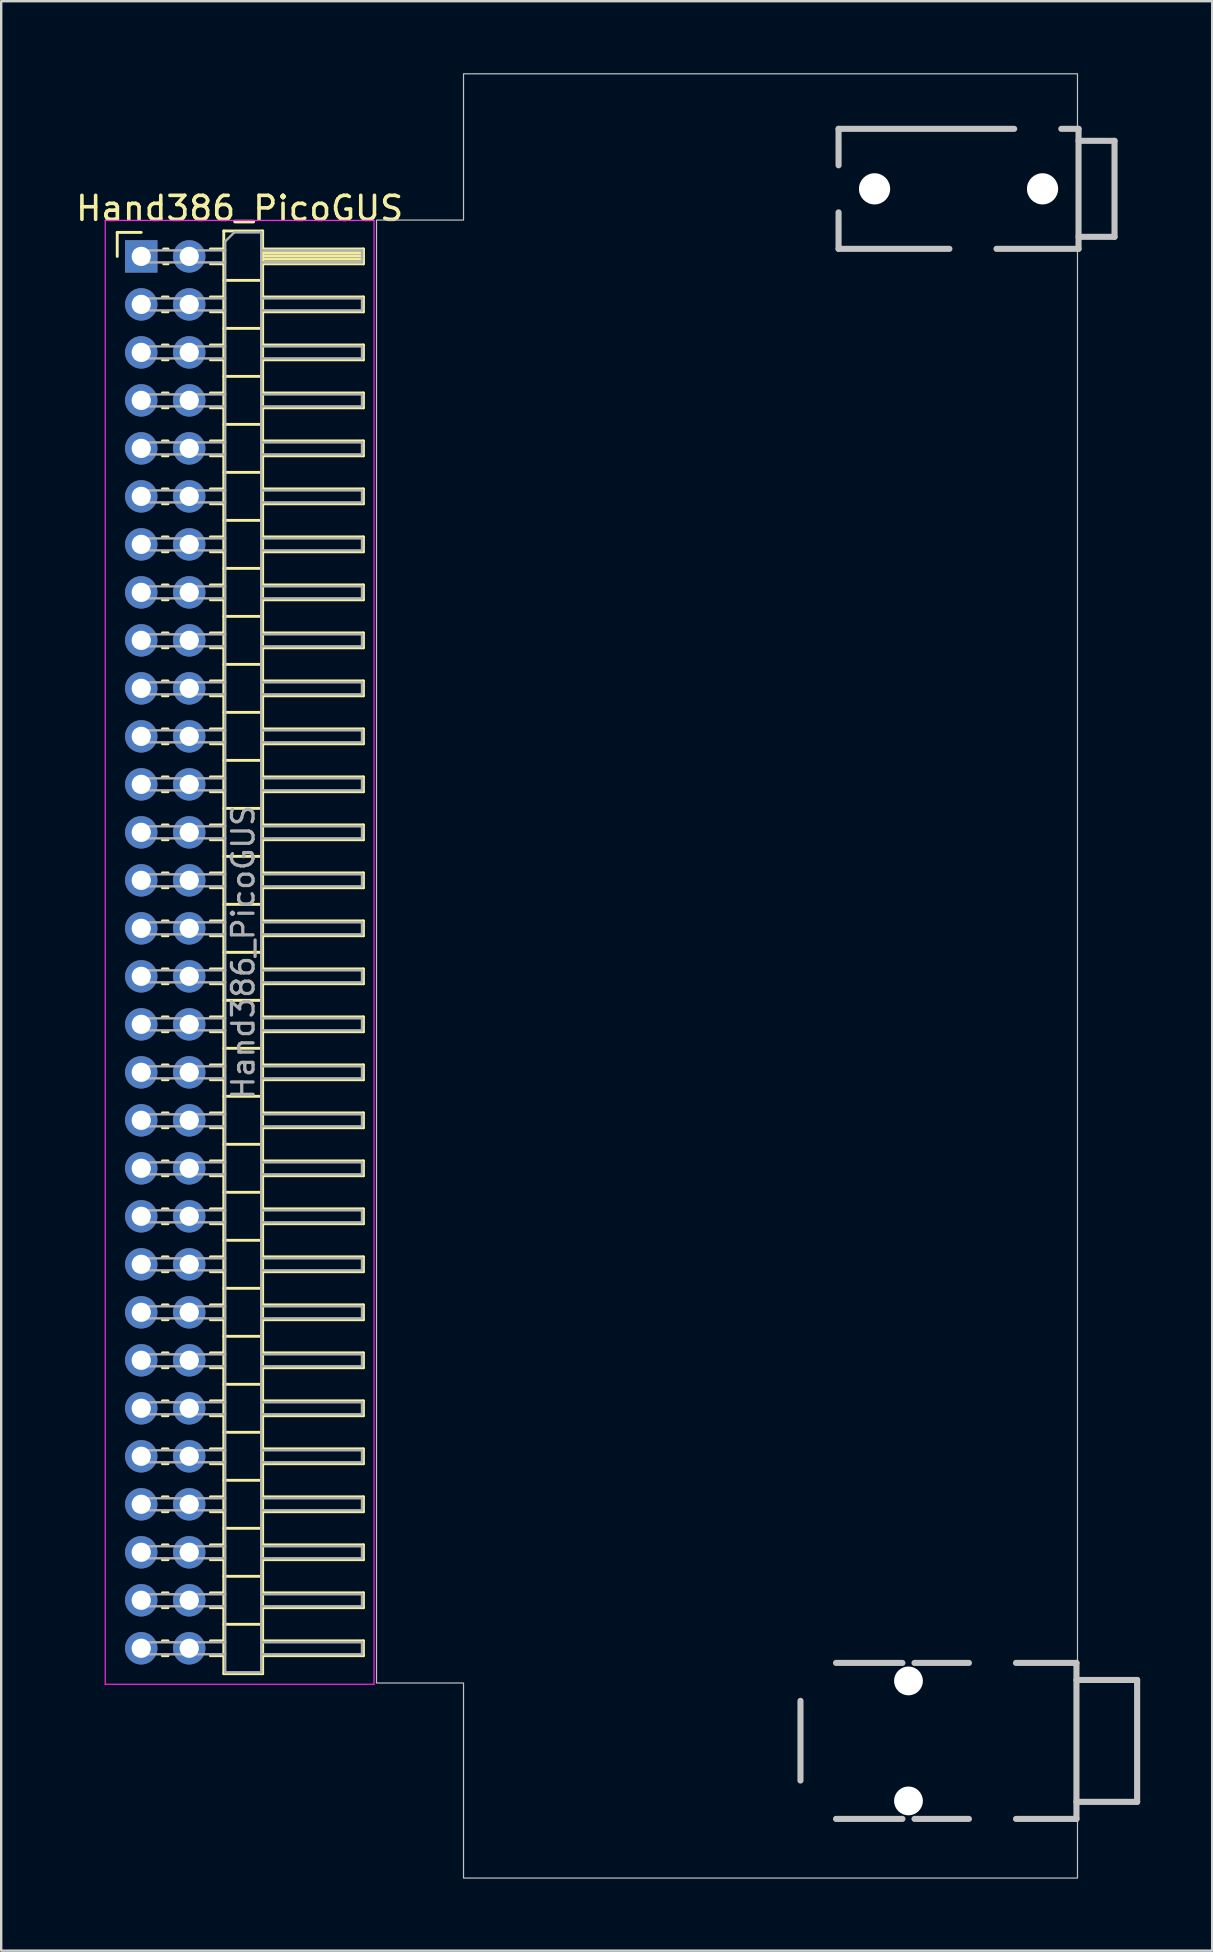
<source format=kicad_pcb>
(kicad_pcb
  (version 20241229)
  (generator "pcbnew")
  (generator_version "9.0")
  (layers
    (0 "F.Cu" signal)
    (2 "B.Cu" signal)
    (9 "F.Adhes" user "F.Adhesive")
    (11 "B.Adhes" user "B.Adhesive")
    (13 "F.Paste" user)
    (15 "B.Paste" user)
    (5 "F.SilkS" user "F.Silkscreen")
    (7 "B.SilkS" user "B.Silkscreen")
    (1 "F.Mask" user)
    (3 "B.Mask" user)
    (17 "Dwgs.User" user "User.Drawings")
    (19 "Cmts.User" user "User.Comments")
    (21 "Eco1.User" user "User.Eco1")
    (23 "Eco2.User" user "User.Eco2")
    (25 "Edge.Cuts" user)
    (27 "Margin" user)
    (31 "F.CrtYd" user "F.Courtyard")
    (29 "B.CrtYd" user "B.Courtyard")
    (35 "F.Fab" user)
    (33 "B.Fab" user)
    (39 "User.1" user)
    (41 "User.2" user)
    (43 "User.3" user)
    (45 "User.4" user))
  (footprint "Hand386_PicoGUS"
    (layer "F.Cu")
    (at 2.835 7.634)
    (property "Reference" "Hand386_PicoGUS" (at 4.1 -2 0) (layer "F.SilkS") (effects (font (size 1 1) (thickness 0.15))))
    (attr through_hole)
    (fp_line (start -1 -1) (end 0 -1) (stroke (width 0.12) (type solid)) (layer "F.SilkS"))
    (fp_line (start -1 0) (end -1 -1) (stroke (width 0.12) (type solid)) (layer "F.SilkS"))
    (fp_line (start 0.882 1.69) (end 1.118 1.69) (stroke (width 0.12) (type solid)) (layer "F.SilkS"))
    (fp_line (start 0.882 2.31) (end 1.118 2.31) (stroke (width 0.12) (type solid)) (layer "F.SilkS"))
    (fp_line (start 0.882 3.69) (end 1.118 3.69) (stroke (width 0.12) (type solid)) (layer "F.SilkS"))
    (fp_line (start 0.882 4.31) (end 1.118 4.31) (stroke (width 0.12) (type solid)) (layer "F.SilkS"))
    (fp_line (start 0.882 5.69) (end 1.118 5.69) (stroke (width 0.12) (type solid)) (layer "F.SilkS"))
    (fp_line (start 0.882 6.31) (end 1.118 6.31) (stroke (width 0.12) (type solid)) (layer "F.SilkS"))
    (fp_line (start 0.882 7.69) (end 1.118 7.69) (stroke (width 0.12) (type solid)) (layer "F.SilkS"))
    (fp_line (start 0.882 8.31) (end 1.118 8.31) (stroke (width 0.12) (type solid)) (layer "F.SilkS"))
    (fp_line (start 0.882 9.69) (end 1.118 9.69) (stroke (width 0.12) (type solid)) (layer "F.SilkS"))
    (fp_line (start 0.882 10.31) (end 1.118 10.31) (stroke (width 0.12) (type solid)) (layer "F.SilkS"))
    (fp_line (start 0.882 11.69) (end 1.118 11.69) (stroke (width 0.12) (type solid)) (layer "F.SilkS"))
    (fp_line (start 0.882 12.31) (end 1.118 12.31) (stroke (width 0.12) (type solid)) (layer "F.SilkS"))
    (fp_line (start 0.882 13.69) (end 1.118 13.69) (stroke (width 0.12) (type solid)) (layer "F.SilkS"))
    (fp_line (start 0.882 14.31) (end 1.118 14.31) (stroke (width 0.12) (type solid)) (layer "F.SilkS"))
    (fp_line (start 0.882 15.69) (end 1.118 15.69) (stroke (width 0.12) (type solid)) (layer "F.SilkS"))
    (fp_line (start 0.882 16.31) (end 1.118 16.31) (stroke (width 0.12) (type solid)) (layer "F.SilkS"))
    (fp_line (start 0.882 17.69) (end 1.118 17.69) (stroke (width 0.12) (type solid)) (layer "F.SilkS"))
    (fp_line (start 0.882 18.31) (end 1.118 18.31) (stroke (width 0.12) (type solid)) (layer "F.SilkS"))
    (fp_line (start 0.882 19.69) (end 1.118 19.69) (stroke (width 0.12) (type solid)) (layer "F.SilkS"))
    (fp_line (start 0.882 20.31) (end 1.118 20.31) (stroke (width 0.12) (type solid)) (layer "F.SilkS"))
    (fp_line (start 0.882 21.69) (end 1.118 21.69) (stroke (width 0.12) (type solid)) (layer "F.SilkS"))
    (fp_line (start 0.882 22.31) (end 1.118 22.31) (stroke (width 0.12) (type solid)) (layer "F.SilkS"))
    (fp_line (start 0.882 23.69) (end 1.118 23.69) (stroke (width 0.12) (type solid)) (layer "F.SilkS"))
    (fp_line (start 0.882 24.31) (end 1.118 24.31) (stroke (width 0.12) (type solid)) (layer "F.SilkS"))
    (fp_line (start 0.882 25.69) (end 1.118 25.69) (stroke (width 0.12) (type solid)) (layer "F.SilkS"))
    (fp_line (start 0.882 26.31) (end 1.118 26.31) (stroke (width 0.12) (type solid)) (layer "F.SilkS"))
    (fp_line (start 0.882 27.69) (end 1.118 27.69) (stroke (width 0.12) (type solid)) (layer "F.SilkS"))
    (fp_line (start 0.882 28.31) (end 1.118 28.31) (stroke (width 0.12) (type solid)) (layer "F.SilkS"))
    (fp_line (start 0.882 29.69) (end 1.118 29.69) (stroke (width 0.12) (type solid)) (layer "F.SilkS"))
    (fp_line (start 0.882 30.31) (end 1.118 30.31) (stroke (width 0.12) (type solid)) (layer "F.SilkS"))
    (fp_line (start 0.882 31.69) (end 1.118 31.69) (stroke (width 0.12) (type solid)) (layer "F.SilkS"))
    (fp_line (start 0.882 32.31) (end 1.118 32.31) (stroke (width 0.12) (type solid)) (layer "F.SilkS"))
    (fp_line (start 0.882 33.69) (end 1.118 33.69) (stroke (width 0.12) (type solid)) (layer "F.SilkS"))
    (fp_line (start 0.882 34.31) (end 1.118 34.31) (stroke (width 0.12) (type solid)) (layer "F.SilkS"))
    (fp_line (start 0.882 35.69) (end 1.118 35.69) (stroke (width 0.12) (type solid)) (layer "F.SilkS"))
    (fp_line (start 0.882 36.31) (end 1.118 36.31) (stroke (width 0.12) (type solid)) (layer "F.SilkS"))
    (fp_line (start 0.882 37.69) (end 1.118 37.69) (stroke (width 0.12) (type solid)) (layer "F.SilkS"))
    (fp_line (start 0.882 38.31) (end 1.118 38.31) (stroke (width 0.12) (type solid)) (layer "F.SilkS"))
    (fp_line (start 0.882 39.69) (end 1.118 39.69) (stroke (width 0.12) (type solid)) (layer "F.SilkS"))
    (fp_line (start 0.882 40.31) (end 1.118 40.31) (stroke (width 0.12) (type solid)) (layer "F.SilkS"))
    (fp_line (start 0.882 41.69) (end 1.118 41.69) (stroke (width 0.12) (type solid)) (layer "F.SilkS"))
    (fp_line (start 0.882 42.31) (end 1.118 42.31) (stroke (width 0.12) (type solid)) (layer "F.SilkS"))
    (fp_line (start 0.882 43.69) (end 1.118 43.69) (stroke (width 0.12) (type solid)) (layer "F.SilkS"))
    (fp_line (start 0.882 44.31) (end 1.118 44.31) (stroke (width 0.12) (type solid)) (layer "F.SilkS"))
    (fp_line (start 0.882 45.69) (end 1.118 45.69) (stroke (width 0.12) (type solid)) (layer "F.SilkS"))
    (fp_line (start 0.882 46.31) (end 1.118 46.31) (stroke (width 0.12) (type solid)) (layer "F.SilkS"))
    (fp_line (start 0.882 47.69) (end 1.118 47.69) (stroke (width 0.12) (type solid)) (layer "F.SilkS"))
    (fp_line (start 0.882 48.31) (end 1.118 48.31) (stroke (width 0.12) (type solid)) (layer "F.SilkS"))
    (fp_line (start 0.882 49.69) (end 1.118 49.69) (stroke (width 0.12) (type solid)) (layer "F.SilkS"))
    (fp_line (start 0.882 50.31) (end 1.118 50.31) (stroke (width 0.12) (type solid)) (layer "F.SilkS"))
    (fp_line (start 0.882 51.69) (end 1.118 51.69) (stroke (width 0.12) (type solid)) (layer "F.SilkS"))
    (fp_line (start 0.882 52.31) (end 1.118 52.31) (stroke (width 0.12) (type solid)) (layer "F.SilkS"))
    (fp_line (start 0.882 53.69) (end 1.118 53.69) (stroke (width 0.12) (type solid)) (layer "F.SilkS"))
    (fp_line (start 0.882 54.31) (end 1.118 54.31) (stroke (width 0.12) (type solid)) (layer "F.SilkS"))
    (fp_line (start 0.882 55.69) (end 1.118 55.69) (stroke (width 0.12) (type solid)) (layer "F.SilkS"))
    (fp_line (start 0.882 56.31) (end 1.118 56.31) (stroke (width 0.12) (type solid)) (layer "F.SilkS"))
    (fp_line (start 0.882 57.69) (end 1.118 57.69) (stroke (width 0.12) (type solid)) (layer "F.SilkS"))
    (fp_line (start 0.882 58.31) (end 1.118 58.31) (stroke (width 0.12) (type solid)) (layer "F.SilkS"))
    (fp_line (start 0.935 -0.31) (end 1.118 -0.31) (stroke (width 0.12) (type solid)) (layer "F.SilkS"))
    (fp_line (start 0.935 0.31) (end 1.118 0.31) (stroke (width 0.12) (type solid)) (layer "F.SilkS"))
    (fp_line (start 2.882 -0.31) (end 3.44 -0.31) (stroke (width 0.12) (type solid)) (layer "F.SilkS"))
    (fp_line (start 2.882 0.31) (end 3.44 0.31) (stroke (width 0.12) (type solid)) (layer "F.SilkS"))
    (fp_line (start 2.882 1.69) (end 3.44 1.69) (stroke (width 0.12) (type solid)) (layer "F.SilkS"))
    (fp_line (start 2.882 2.31) (end 3.44 2.31) (stroke (width 0.12) (type solid)) (layer "F.SilkS"))
    (fp_line (start 2.882 3.69) (end 3.44 3.69) (stroke (width 0.12) (type solid)) (layer "F.SilkS"))
    (fp_line (start 2.882 4.31) (end 3.44 4.31) (stroke (width 0.12) (type solid)) (layer "F.SilkS"))
    (fp_line (start 2.882 5.69) (end 3.44 5.69) (stroke (width 0.12) (type solid)) (layer "F.SilkS"))
    (fp_line (start 2.882 6.31) (end 3.44 6.31) (stroke (width 0.12) (type solid)) (layer "F.SilkS"))
    (fp_line (start 2.882 7.69) (end 3.44 7.69) (stroke (width 0.12) (type solid)) (layer "F.SilkS"))
    (fp_line (start 2.882 8.31) (end 3.44 8.31) (stroke (width 0.12) (type solid)) (layer "F.SilkS"))
    (fp_line (start 2.882 9.69) (end 3.44 9.69) (stroke (width 0.12) (type solid)) (layer "F.SilkS"))
    (fp_line (start 2.882 10.31) (end 3.44 10.31) (stroke (width 0.12) (type solid)) (layer "F.SilkS"))
    (fp_line (start 2.882 11.69) (end 3.44 11.69) (stroke (width 0.12) (type solid)) (layer "F.SilkS"))
    (fp_line (start 2.882 12.31) (end 3.44 12.31) (stroke (width 0.12) (type solid)) (layer "F.SilkS"))
    (fp_line (start 2.882 13.69) (end 3.44 13.69) (stroke (width 0.12) (type solid)) (layer "F.SilkS"))
    (fp_line (start 2.882 14.31) (end 3.44 14.31) (stroke (width 0.12) (type solid)) (layer "F.SilkS"))
    (fp_line (start 2.882 15.69) (end 3.44 15.69) (stroke (width 0.12) (type solid)) (layer "F.SilkS"))
    (fp_line (start 2.882 16.31) (end 3.44 16.31) (stroke (width 0.12) (type solid)) (layer "F.SilkS"))
    (fp_line (start 2.882 17.69) (end 3.44 17.69) (stroke (width 0.12) (type solid)) (layer "F.SilkS"))
    (fp_line (start 2.882 18.31) (end 3.44 18.31) (stroke (width 0.12) (type solid)) (layer "F.SilkS"))
    (fp_line (start 2.882 19.69) (end 3.44 19.69) (stroke (width 0.12) (type solid)) (layer "F.SilkS"))
    (fp_line (start 2.882 20.31) (end 3.44 20.31) (stroke (width 0.12) (type solid)) (layer "F.SilkS"))
    (fp_line (start 2.882 21.69) (end 3.44 21.69) (stroke (width 0.12) (type solid)) (layer "F.SilkS"))
    (fp_line (start 2.882 22.31) (end 3.44 22.31) (stroke (width 0.12) (type solid)) (layer "F.SilkS"))
    (fp_line (start 2.882 23.69) (end 3.44 23.69) (stroke (width 0.12) (type solid)) (layer "F.SilkS"))
    (fp_line (start 2.882 24.31) (end 3.44 24.31) (stroke (width 0.12) (type solid)) (layer "F.SilkS"))
    (fp_line (start 2.882 25.69) (end 3.44 25.69) (stroke (width 0.12) (type solid)) (layer "F.SilkS"))
    (fp_line (start 2.882 26.31) (end 3.44 26.31) (stroke (width 0.12) (type solid)) (layer "F.SilkS"))
    (fp_line (start 2.882 27.69) (end 3.44 27.69) (stroke (width 0.12) (type solid)) (layer "F.SilkS"))
    (fp_line (start 2.882 28.31) (end 3.44 28.31) (stroke (width 0.12) (type solid)) (layer "F.SilkS"))
    (fp_line (start 2.882 29.69) (end 3.44 29.69) (stroke (width 0.12) (type solid)) (layer "F.SilkS"))
    (fp_line (start 2.882 30.31) (end 3.44 30.31) (stroke (width 0.12) (type solid)) (layer "F.SilkS"))
    (fp_line (start 2.882 31.69) (end 3.44 31.69) (stroke (width 0.12) (type solid)) (layer "F.SilkS"))
    (fp_line (start 2.882 32.31) (end 3.44 32.31) (stroke (width 0.12) (type solid)) (layer "F.SilkS"))
    (fp_line (start 2.882 33.69) (end 3.44 33.69) (stroke (width 0.12) (type solid)) (layer "F.SilkS"))
    (fp_line (start 2.882 34.31) (end 3.44 34.31) (stroke (width 0.12) (type solid)) (layer "F.SilkS"))
    (fp_line (start 2.882 35.69) (end 3.44 35.69) (stroke (width 0.12) (type solid)) (layer "F.SilkS"))
    (fp_line (start 2.882 36.31) (end 3.44 36.31) (stroke (width 0.12) (type solid)) (layer "F.SilkS"))
    (fp_line (start 2.882 37.69) (end 3.44 37.69) (stroke (width 0.12) (type solid)) (layer "F.SilkS"))
    (fp_line (start 2.882 38.31) (end 3.44 38.31) (stroke (width 0.12) (type solid)) (layer "F.SilkS"))
    (fp_line (start 2.882 39.69) (end 3.44 39.69) (stroke (width 0.12) (type solid)) (layer "F.SilkS"))
    (fp_line (start 2.882 40.31) (end 3.44 40.31) (stroke (width 0.12) (type solid)) (layer "F.SilkS"))
    (fp_line (start 2.882 41.69) (end 3.44 41.69) (stroke (width 0.12) (type solid)) (layer "F.SilkS"))
    (fp_line (start 2.882 42.31) (end 3.44 42.31) (stroke (width 0.12) (type solid)) (layer "F.SilkS"))
    (fp_line (start 2.882 43.69) (end 3.44 43.69) (stroke (width 0.12) (type solid)) (layer "F.SilkS"))
    (fp_line (start 2.882 44.31) (end 3.44 44.31) (stroke (width 0.12) (type solid)) (layer "F.SilkS"))
    (fp_line (start 2.882 45.69) (end 3.44 45.69) (stroke (width 0.12) (type solid)) (layer "F.SilkS"))
    (fp_line (start 2.882 46.31) (end 3.44 46.31) (stroke (width 0.12) (type solid)) (layer "F.SilkS"))
    (fp_line (start 2.882 47.69) (end 3.44 47.69) (stroke (width 0.12) (type solid)) (layer "F.SilkS"))
    (fp_line (start 2.882 48.31) (end 3.44 48.31) (stroke (width 0.12) (type solid)) (layer "F.SilkS"))
    (fp_line (start 2.882 49.69) (end 3.44 49.69) (stroke (width 0.12) (type solid)) (layer "F.SilkS"))
    (fp_line (start 2.882 50.31) (end 3.44 50.31) (stroke (width 0.12) (type solid)) (layer "F.SilkS"))
    (fp_line (start 2.882 51.69) (end 3.44 51.69) (stroke (width 0.12) (type solid)) (layer "F.SilkS"))
    (fp_line (start 2.882 52.31) (end 3.44 52.31) (stroke (width 0.12) (type solid)) (layer "F.SilkS"))
    (fp_line (start 2.882 53.69) (end 3.44 53.69) (stroke (width 0.12) (type solid)) (layer "F.SilkS"))
    (fp_line (start 2.882 54.31) (end 3.44 54.31) (stroke (width 0.12) (type solid)) (layer "F.SilkS"))
    (fp_line (start 2.882 55.69) (end 3.44 55.69) (stroke (width 0.12) (type solid)) (layer "F.SilkS"))
    (fp_line (start 2.882 56.31) (end 3.44 56.31) (stroke (width 0.12) (type solid)) (layer "F.SilkS"))
    (fp_line (start 2.882 57.69) (end 3.44 57.69) (stroke (width 0.12) (type solid)) (layer "F.SilkS"))
    (fp_line (start 2.882 58.31) (end 3.44 58.31) (stroke (width 0.12) (type solid)) (layer "F.SilkS"))
    (fp_line (start 3.44 -1.06) (end 3.44 59.06) (stroke (width 0.12) (type solid)) (layer "F.SilkS"))
    (fp_line (start 3.44 1) (end 5.06 1) (stroke (width 0.12) (type solid)) (layer "F.SilkS"))
    (fp_line (start 3.44 3) (end 5.06 3) (stroke (width 0.12) (type solid)) (layer "F.SilkS"))
    (fp_line (start 3.44 5) (end 5.06 5) (stroke (width 0.12) (type solid)) (layer "F.SilkS"))
    (fp_line (start 3.44 7) (end 5.06 7) (stroke (width 0.12) (type solid)) (layer "F.SilkS"))
    (fp_line (start 3.44 9) (end 5.06 9) (stroke (width 0.12) (type solid)) (layer "F.SilkS"))
    (fp_line (start 3.44 11) (end 5.06 11) (stroke (width 0.12) (type solid)) (layer "F.SilkS"))
    (fp_line (start 3.44 13) (end 5.06 13) (stroke (width 0.12) (type solid)) (layer "F.SilkS"))
    (fp_line (start 3.44 15) (end 5.06 15) (stroke (width 0.12) (type solid)) (layer "F.SilkS"))
    (fp_line (start 3.44 17) (end 5.06 17) (stroke (width 0.12) (type solid)) (layer "F.SilkS"))
    (fp_line (start 3.44 19) (end 5.06 19) (stroke (width 0.12) (type solid)) (layer "F.SilkS"))
    (fp_line (start 3.44 21) (end 5.06 21) (stroke (width 0.12) (type solid)) (layer "F.SilkS"))
    (fp_line (start 3.44 23) (end 5.06 23) (stroke (width 0.12) (type solid)) (layer "F.SilkS"))
    (fp_line (start 3.44 25) (end 5.06 25) (stroke (width 0.12) (type solid)) (layer "F.SilkS"))
    (fp_line (start 3.44 27) (end 5.06 27) (stroke (width 0.12) (type solid)) (layer "F.SilkS"))
    (fp_line (start 3.44 29) (end 5.06 29) (stroke (width 0.12) (type solid)) (layer "F.SilkS"))
    (fp_line (start 3.44 31) (end 5.06 31) (stroke (width 0.12) (type solid)) (layer "F.SilkS"))
    (fp_line (start 3.44 33) (end 5.06 33) (stroke (width 0.12) (type solid)) (layer "F.SilkS"))
    (fp_line (start 3.44 35) (end 5.06 35) (stroke (width 0.12) (type solid)) (layer "F.SilkS"))
    (fp_line (start 3.44 37) (end 5.06 37) (stroke (width 0.12) (type solid)) (layer "F.SilkS"))
    (fp_line (start 3.44 39) (end 5.06 39) (stroke (width 0.12) (type solid)) (layer "F.SilkS"))
    (fp_line (start 3.44 41) (end 5.06 41) (stroke (width 0.12) (type solid)) (layer "F.SilkS"))
    (fp_line (start 3.44 43) (end 5.06 43) (stroke (width 0.12) (type solid)) (layer "F.SilkS"))
    (fp_line (start 3.44 45) (end 5.06 45) (stroke (width 0.12) (type solid)) (layer "F.SilkS"))
    (fp_line (start 3.44 47) (end 5.06 47) (stroke (width 0.12) (type solid)) (layer "F.SilkS"))
    (fp_line (start 3.44 49) (end 5.06 49) (stroke (width 0.12) (type solid)) (layer "F.SilkS"))
    (fp_line (start 3.44 51) (end 5.06 51) (stroke (width 0.12) (type solid)) (layer "F.SilkS"))
    (fp_line (start 3.44 53) (end 5.06 53) (stroke (width 0.12) (type solid)) (layer "F.SilkS"))
    (fp_line (start 3.44 55) (end 5.06 55) (stroke (width 0.12) (type solid)) (layer "F.SilkS"))
    (fp_line (start 3.44 57) (end 5.06 57) (stroke (width 0.12) (type solid)) (layer "F.SilkS"))
    (fp_line (start 3.44 59.06) (end 5.06 59.06) (stroke (width 0.12) (type solid)) (layer "F.SilkS"))
    (fp_line (start 5.06 -1.06) (end 3.44 -1.06) (stroke (width 0.12) (type solid)) (layer "F.SilkS"))
    (fp_line (start 5.06 -0.31) (end 9.26 -0.31) (stroke (width 0.12) (type solid)) (layer "F.SilkS"))
    (fp_line (start 5.06 -0.25) (end 9.26 -0.25) (stroke (width 0.12) (type solid)) (layer "F.SilkS"))
    (fp_line (start 5.06 -0.13) (end 9.26 -0.13) (stroke (width 0.12) (type solid)) (layer "F.SilkS"))
    (fp_line (start 5.06 -0.01) (end 9.26 -0.01) (stroke (width 0.12) (type solid)) (layer "F.SilkS"))
    (fp_line (start 5.06 0.11) (end 9.26 0.11) (stroke (width 0.12) (type solid)) (layer "F.SilkS"))
    (fp_line (start 5.06 0.23) (end 9.26 0.23) (stroke (width 0.12) (type solid)) (layer "F.SilkS"))
    (fp_line (start 5.06 1.69) (end 9.26 1.69) (stroke (width 0.12) (type solid)) (layer "F.SilkS"))
    (fp_line (start 5.06 3.69) (end 9.26 3.69) (stroke (width 0.12) (type solid)) (layer "F.SilkS"))
    (fp_line (start 5.06 5.69) (end 9.26 5.69) (stroke (width 0.12) (type solid)) (layer "F.SilkS"))
    (fp_line (start 5.06 7.69) (end 9.26 7.69) (stroke (width 0.12) (type solid)) (layer "F.SilkS"))
    (fp_line (start 5.06 9.69) (end 9.26 9.69) (stroke (width 0.12) (type solid)) (layer "F.SilkS"))
    (fp_line (start 5.06 11.69) (end 9.26 11.69) (stroke (width 0.12) (type solid)) (layer "F.SilkS"))
    (fp_line (start 5.06 13.69) (end 9.26 13.69) (stroke (width 0.12) (type solid)) (layer "F.SilkS"))
    (fp_line (start 5.06 15.69) (end 9.26 15.69) (stroke (width 0.12) (type solid)) (layer "F.SilkS"))
    (fp_line (start 5.06 17.69) (end 9.26 17.69) (stroke (width 0.12) (type solid)) (layer "F.SilkS"))
    (fp_line (start 5.06 19.69) (end 9.26 19.69) (stroke (width 0.12) (type solid)) (layer "F.SilkS"))
    (fp_line (start 5.06 21.69) (end 9.26 21.69) (stroke (width 0.12) (type solid)) (layer "F.SilkS"))
    (fp_line (start 5.06 23.69) (end 9.26 23.69) (stroke (width 0.12) (type solid)) (layer "F.SilkS"))
    (fp_line (start 5.06 25.69) (end 9.26 25.69) (stroke (width 0.12) (type solid)) (layer "F.SilkS"))
    (fp_line (start 5.06 27.69) (end 9.26 27.69) (stroke (width 0.12) (type solid)) (layer "F.SilkS"))
    (fp_line (start 5.06 29.69) (end 9.26 29.69) (stroke (width 0.12) (type solid)) (layer "F.SilkS"))
    (fp_line (start 5.06 31.69) (end 9.26 31.69) (stroke (width 0.12) (type solid)) (layer "F.SilkS"))
    (fp_line (start 5.06 33.69) (end 9.26 33.69) (stroke (width 0.12) (type solid)) (layer "F.SilkS"))
    (fp_line (start 5.06 35.69) (end 9.26 35.69) (stroke (width 0.12) (type solid)) (layer "F.SilkS"))
    (fp_line (start 5.06 37.69) (end 9.26 37.69) (stroke (width 0.12) (type solid)) (layer "F.SilkS"))
    (fp_line (start 5.06 39.69) (end 9.26 39.69) (stroke (width 0.12) (type solid)) (layer "F.SilkS"))
    (fp_line (start 5.06 41.69) (end 9.26 41.69) (stroke (width 0.12) (type solid)) (layer "F.SilkS"))
    (fp_line (start 5.06 43.69) (end 9.26 43.69) (stroke (width 0.12) (type solid)) (layer "F.SilkS"))
    (fp_line (start 5.06 45.69) (end 9.26 45.69) (stroke (width 0.12) (type solid)) (layer "F.SilkS"))
    (fp_line (start 5.06 47.69) (end 9.26 47.69) (stroke (width 0.12) (type solid)) (layer "F.SilkS"))
    (fp_line (start 5.06 49.69) (end 9.26 49.69) (stroke (width 0.12) (type solid)) (layer "F.SilkS"))
    (fp_line (start 5.06 51.69) (end 9.26 51.69) (stroke (width 0.12) (type solid)) (layer "F.SilkS"))
    (fp_line (start 5.06 53.69) (end 9.26 53.69) (stroke (width 0.12) (type solid)) (layer "F.SilkS"))
    (fp_line (start 5.06 55.69) (end 9.26 55.69) (stroke (width 0.12) (type solid)) (layer "F.SilkS"))
    (fp_line (start 5.06 57.69) (end 9.26 57.69) (stroke (width 0.12) (type solid)) (layer "F.SilkS"))
    (fp_line (start 5.06 59.06) (end 5.06 -1.06) (stroke (width 0.12) (type solid)) (layer "F.SilkS"))
    (fp_line (start 9.26 -0.31) (end 9.26 0.31) (stroke (width 0.12) (type solid)) (layer "F.SilkS"))
    (fp_line (start 9.26 0.31) (end 5.06 0.31) (stroke (width 0.12) (type solid)) (layer "F.SilkS"))
    (fp_line (start 9.26 1.69) (end 9.26 2.31) (stroke (width 0.12) (type solid)) (layer "F.SilkS"))
    (fp_line (start 9.26 2.31) (end 5.06 2.31) (stroke (width 0.12) (type solid)) (layer "F.SilkS"))
    (fp_line (start 9.26 3.69) (end 9.26 4.31) (stroke (width 0.12) (type solid)) (layer "F.SilkS"))
    (fp_line (start 9.26 4.31) (end 5.06 4.31) (stroke (width 0.12) (type solid)) (layer "F.SilkS"))
    (fp_line (start 9.26 5.69) (end 9.26 6.31) (stroke (width 0.12) (type solid)) (layer "F.SilkS"))
    (fp_line (start 9.26 6.31) (end 5.06 6.31) (stroke (width 0.12) (type solid)) (layer "F.SilkS"))
    (fp_line (start 9.26 7.69) (end 9.26 8.31) (stroke (width 0.12) (type solid)) (layer "F.SilkS"))
    (fp_line (start 9.26 8.31) (end 5.06 8.31) (stroke (width 0.12) (type solid)) (layer "F.SilkS"))
    (fp_line (start 9.26 9.69) (end 9.26 10.31) (stroke (width 0.12) (type solid)) (layer "F.SilkS"))
    (fp_line (start 9.26 10.31) (end 5.06 10.31) (stroke (width 0.12) (type solid)) (layer "F.SilkS"))
    (fp_line (start 9.26 11.69) (end 9.26 12.31) (stroke (width 0.12) (type solid)) (layer "F.SilkS"))
    (fp_line (start 9.26 12.31) (end 5.06 12.31) (stroke (width 0.12) (type solid)) (layer "F.SilkS"))
    (fp_line (start 9.26 13.69) (end 9.26 14.31) (stroke (width 0.12) (type solid)) (layer "F.SilkS"))
    (fp_line (start 9.26 14.31) (end 5.06 14.31) (stroke (width 0.12) (type solid)) (layer "F.SilkS"))
    (fp_line (start 9.26 15.69) (end 9.26 16.31) (stroke (width 0.12) (type solid)) (layer "F.SilkS"))
    (fp_line (start 9.26 16.31) (end 5.06 16.31) (stroke (width 0.12) (type solid)) (layer "F.SilkS"))
    (fp_line (start 9.26 17.69) (end 9.26 18.31) (stroke (width 0.12) (type solid)) (layer "F.SilkS"))
    (fp_line (start 9.26 18.31) (end 5.06 18.31) (stroke (width 0.12) (type solid)) (layer "F.SilkS"))
    (fp_line (start 9.26 19.69) (end 9.26 20.31) (stroke (width 0.12) (type solid)) (layer "F.SilkS"))
    (fp_line (start 9.26 20.31) (end 5.06 20.31) (stroke (width 0.12) (type solid)) (layer "F.SilkS"))
    (fp_line (start 9.26 21.69) (end 9.26 22.31) (stroke (width 0.12) (type solid)) (layer "F.SilkS"))
    (fp_line (start 9.26 22.31) (end 5.06 22.31) (stroke (width 0.12) (type solid)) (layer "F.SilkS"))
    (fp_line (start 9.26 23.69) (end 9.26 24.31) (stroke (width 0.12) (type solid)) (layer "F.SilkS"))
    (fp_line (start 9.26 24.31) (end 5.06 24.31) (stroke (width 0.12) (type solid)) (layer "F.SilkS"))
    (fp_line (start 9.26 25.69) (end 9.26 26.31) (stroke (width 0.12) (type solid)) (layer "F.SilkS"))
    (fp_line (start 9.26 26.31) (end 5.06 26.31) (stroke (width 0.12) (type solid)) (layer "F.SilkS"))
    (fp_line (start 9.26 27.69) (end 9.26 28.31) (stroke (width 0.12) (type solid)) (layer "F.SilkS"))
    (fp_line (start 9.26 28.31) (end 5.06 28.31) (stroke (width 0.12) (type solid)) (layer "F.SilkS"))
    (fp_line (start 9.26 29.69) (end 9.26 30.31) (stroke (width 0.12) (type solid)) (layer "F.SilkS"))
    (fp_line (start 9.26 30.31) (end 5.06 30.31) (stroke (width 0.12) (type solid)) (layer "F.SilkS"))
    (fp_line (start 9.26 31.69) (end 9.26 32.31) (stroke (width 0.12) (type solid)) (layer "F.SilkS"))
    (fp_line (start 9.26 32.31) (end 5.06 32.31) (stroke (width 0.12) (type solid)) (layer "F.SilkS"))
    (fp_line (start 9.26 33.69) (end 9.26 34.31) (stroke (width 0.12) (type solid)) (layer "F.SilkS"))
    (fp_line (start 9.26 34.31) (end 5.06 34.31) (stroke (width 0.12) (type solid)) (layer "F.SilkS"))
    (fp_line (start 9.26 35.69) (end 9.26 36.31) (stroke (width 0.12) (type solid)) (layer "F.SilkS"))
    (fp_line (start 9.26 36.31) (end 5.06 36.31) (stroke (width 0.12) (type solid)) (layer "F.SilkS"))
    (fp_line (start 9.26 37.69) (end 9.26 38.31) (stroke (width 0.12) (type solid)) (layer "F.SilkS"))
    (fp_line (start 9.26 38.31) (end 5.06 38.31) (stroke (width 0.12) (type solid)) (layer "F.SilkS"))
    (fp_line (start 9.26 39.69) (end 9.26 40.31) (stroke (width 0.12) (type solid)) (layer "F.SilkS"))
    (fp_line (start 9.26 40.31) (end 5.06 40.31) (stroke (width 0.12) (type solid)) (layer "F.SilkS"))
    (fp_line (start 9.26 41.69) (end 9.26 42.31) (stroke (width 0.12) (type solid)) (layer "F.SilkS"))
    (fp_line (start 9.26 42.31) (end 5.06 42.31) (stroke (width 0.12) (type solid)) (layer "F.SilkS"))
    (fp_line (start 9.26 43.69) (end 9.26 44.31) (stroke (width 0.12) (type solid)) (layer "F.SilkS"))
    (fp_line (start 9.26 44.31) (end 5.06 44.31) (stroke (width 0.12) (type solid)) (layer "F.SilkS"))
    (fp_line (start 9.26 45.69) (end 9.26 46.31) (stroke (width 0.12) (type solid)) (layer "F.SilkS"))
    (fp_line (start 9.26 46.31) (end 5.06 46.31) (stroke (width 0.12) (type solid)) (layer "F.SilkS"))
    (fp_line (start 9.26 47.69) (end 9.26 48.31) (stroke (width 0.12) (type solid)) (layer "F.SilkS"))
    (fp_line (start 9.26 48.31) (end 5.06 48.31) (stroke (width 0.12) (type solid)) (layer "F.SilkS"))
    (fp_line (start 9.26 49.69) (end 9.26 50.31) (stroke (width 0.12) (type solid)) (layer "F.SilkS"))
    (fp_line (start 9.26 50.31) (end 5.06 50.31) (stroke (width 0.12) (type solid)) (layer "F.SilkS"))
    (fp_line (start 9.26 51.69) (end 9.26 52.31) (stroke (width 0.12) (type solid)) (layer "F.SilkS"))
    (fp_line (start 9.26 52.31) (end 5.06 52.31) (stroke (width 0.12) (type solid)) (layer "F.SilkS"))
    (fp_line (start 9.26 53.69) (end 9.26 54.31) (stroke (width 0.12) (type solid)) (layer "F.SilkS"))
    (fp_line (start 9.26 54.31) (end 5.06 54.31) (stroke (width 0.12) (type solid)) (layer "F.SilkS"))
    (fp_line (start 9.26 55.69) (end 9.26 56.31) (stroke (width 0.12) (type solid)) (layer "F.SilkS"))
    (fp_line (start 9.26 56.31) (end 5.06 56.31) (stroke (width 0.12) (type solid)) (layer "F.SilkS"))
    (fp_line (start 9.26 57.69) (end 9.26 58.31) (stroke (width 0.12) (type solid)) (layer "F.SilkS"))
    (fp_line (start 9.26 58.31) (end 5.06 58.31) (stroke (width 0.12) (type solid)) (layer "F.SilkS"))
    (fp_line (start 27.471 60.191) (end 27.471 63.511) (stroke (width 0.254) (type solid)) (layer "Dwgs.User"))
    (fp_line (start 29.058 -5.315) (end 29.058 -3.796) (stroke (width 0.254) (type solid)) (layer "Dwgs.User"))
    (fp_line (start 29.058 -1.834) (end 29.058 -0.315) (stroke (width 0.254) (type solid)) (layer "Dwgs.User"))
    (fp_line (start 31.719 58.61) (end 28.952 58.61) (stroke (width 0.254) (type solid)) (layer "Dwgs.User"))
    (fp_line (start 31.719 65.11) (end 28.952 65.11) (stroke (width 0.254) (type solid)) (layer "Dwgs.User"))
    (fp_line (start 33.677 -0.315) (end 29.058 -0.315) (stroke (width 0.254) (type solid)) (layer "Dwgs.User"))
    (fp_line (start 34.49 58.61) (end 32.223 58.61) (stroke (width 0.254) (type solid)) (layer "Dwgs.User"))
    (fp_line (start 34.49 65.11) (end 32.223 65.11) (stroke (width 0.254) (type solid)) (layer "Dwgs.User"))
    (fp_line (start 36.377 -5.315) (end 29.058 -5.315) (stroke (width 0.254) (type solid)) (layer "Dwgs.User"))
    (fp_line (start 38.971 58.61) (end 36.452 58.61) (stroke (width 0.254) (type solid)) (layer "Dwgs.User"))
    (fp_line (start 38.971 58.61) (end 38.971 65.11) (stroke (width 0.254) (type solid)) (layer "Dwgs.User"))
    (fp_line (start 38.971 64.4) (end 41.5 64.4) (stroke (width 0.254) (type solid)) (layer "Dwgs.User"))
    (fp_line (start 38.971 65.11) (end 36.452 65.11) (stroke (width 0.254) (type solid)) (layer "Dwgs.User"))
    (fp_line (start 39.058 -5.315) (end 38.339 -5.315) (stroke (width 0.254) (type solid)) (layer "Dwgs.User"))
    (fp_line (start 39.058 -0.815) (end 40.558 -0.815) (stroke (width 0.254) (type solid)) (layer "Dwgs.User"))
    (fp_line (start 39.058 -0.315) (end 35.639 -0.315) (stroke (width 0.254) (type solid)) (layer "Dwgs.User"))
    (fp_line (start 39.058 -0.315) (end 39.058 -5.315) (stroke (width 0.254) (type solid)) (layer "Dwgs.User"))
    (fp_line (start 40.558 -4.815) (end 39.058 -4.815) (stroke (width 0.254) (type solid)) (layer "Dwgs.User"))
    (fp_line (start 40.558 -0.815) (end 40.558 -4.815) (stroke (width 0.254) (type solid)) (layer "Dwgs.User"))
    (fp_line (start 41.5 59.32) (end 38.971 59.32) (stroke (width 0.254) (type solid)) (layer "Dwgs.User"))
    (fp_line (start 41.5 64.4) (end 41.5 59.32) (stroke (width 0.254) (type solid)) (layer "Dwgs.User"))
    (fp_circle (center 30.558 -2.815) (end 30.283 -2.815) (stroke (width 0.55) (type solid)) (fill no) (layer "Dwgs.User"))
    (fp_circle (center 31.971 59.36) (end 31.971 59.56) (stroke (width 0.4) (type solid)) (fill no) (layer "Dwgs.User"))
    (fp_circle (center 31.971 64.36) (end 31.971 64.56) (stroke (width 0.4) (type solid)) (fill no) (layer "Dwgs.User"))
    (fp_circle (center 37.558 -2.815) (end 37.283 -2.815) (stroke (width 0.55) (type solid)) (fill no) (layer "Dwgs.User"))
    (fp_poly (pts (xy 9.804 59.447) (xy 13.43 59.447) (xy 13.43 67.575) (xy 39.014 67.575) (xy 39.014 -7.609) (xy 13.43 -7.609) (xy 13.43 -1.513) (xy 9.804 -1.513)) (stroke (width 0.05) (type solid)) (fill no) (layer "Dwgs.User"))
    (fp_line (start -1.5 -1.5) (end -1.5 59.5) (stroke (width 0.05) (type solid)) (layer "F.CrtYd"))
    (fp_line (start -1.5 59.5) (end 9.7 59.5) (stroke (width 0.05) (type solid)) (layer "F.CrtYd"))
    (fp_line (start 9.7 -1.5) (end -1.5 -1.5) (stroke (width 0.05) (type solid)) (layer "F.CrtYd"))
    (fp_line (start 9.7 59.5) (end 9.7 -1.5) (stroke (width 0.05) (type solid)) (layer "F.CrtYd"))
    (fp_line (start -0.25 -0.25) (end -0.25 0.25) (stroke (width 0.1) (type solid)) (layer "F.Fab"))
    (fp_line (start -0.25 -0.25) (end 3.5 -0.25) (stroke (width 0.1) (type solid)) (layer "F.Fab"))
    (fp_line (start -0.25 0.25) (end 3.5 0.25) (stroke (width 0.1) (type solid)) (layer "F.Fab"))
    (fp_line (start -0.25 1.75) (end -0.25 2.25) (stroke (width 0.1) (type solid)) (layer "F.Fab"))
    (fp_line (start -0.25 1.75) (end 3.5 1.75) (stroke (width 0.1) (type solid)) (layer "F.Fab"))
    (fp_line (start -0.25 2.25) (end 3.5 2.25) (stroke (width 0.1) (type solid)) (layer "F.Fab"))
    (fp_line (start -0.25 3.75) (end -0.25 4.25) (stroke (width 0.1) (type solid)) (layer "F.Fab"))
    (fp_line (start -0.25 3.75) (end 3.5 3.75) (stroke (width 0.1) (type solid)) (layer "F.Fab"))
    (fp_line (start -0.25 4.25) (end 3.5 4.25) (stroke (width 0.1) (type solid)) (layer "F.Fab"))
    (fp_line (start -0.25 5.75) (end -0.25 6.25) (stroke (width 0.1) (type solid)) (layer "F.Fab"))
    (fp_line (start -0.25 5.75) (end 3.5 5.75) (stroke (width 0.1) (type solid)) (layer "F.Fab"))
    (fp_line (start -0.25 6.25) (end 3.5 6.25) (stroke (width 0.1) (type solid)) (layer "F.Fab"))
    (fp_line (start -0.25 7.75) (end -0.25 8.25) (stroke (width 0.1) (type solid)) (layer "F.Fab"))
    (fp_line (start -0.25 7.75) (end 3.5 7.75) (stroke (width 0.1) (type solid)) (layer "F.Fab"))
    (fp_line (start -0.25 8.25) (end 3.5 8.25) (stroke (width 0.1) (type solid)) (layer "F.Fab"))
    (fp_line (start -0.25 9.75) (end -0.25 10.25) (stroke (width 0.1) (type solid)) (layer "F.Fab"))
    (fp_line (start -0.25 9.75) (end 3.5 9.75) (stroke (width 0.1) (type solid)) (layer "F.Fab"))
    (fp_line (start -0.25 10.25) (end 3.5 10.25) (stroke (width 0.1) (type solid)) (layer "F.Fab"))
    (fp_line (start -0.25 11.75) (end -0.25 12.25) (stroke (width 0.1) (type solid)) (layer "F.Fab"))
    (fp_line (start -0.25 11.75) (end 3.5 11.75) (stroke (width 0.1) (type solid)) (layer "F.Fab"))
    (fp_line (start -0.25 12.25) (end 3.5 12.25) (stroke (width 0.1) (type solid)) (layer "F.Fab"))
    (fp_line (start -0.25 13.75) (end -0.25 14.25) (stroke (width 0.1) (type solid)) (layer "F.Fab"))
    (fp_line (start -0.25 13.75) (end 3.5 13.75) (stroke (width 0.1) (type solid)) (layer "F.Fab"))
    (fp_line (start -0.25 14.25) (end 3.5 14.25) (stroke (width 0.1) (type solid)) (layer "F.Fab"))
    (fp_line (start -0.25 15.75) (end -0.25 16.25) (stroke (width 0.1) (type solid)) (layer "F.Fab"))
    (fp_line (start -0.25 15.75) (end 3.5 15.75) (stroke (width 0.1) (type solid)) (layer "F.Fab"))
    (fp_line (start -0.25 16.25) (end 3.5 16.25) (stroke (width 0.1) (type solid)) (layer "F.Fab"))
    (fp_line (start -0.25 17.75) (end -0.25 18.25) (stroke (width 0.1) (type solid)) (layer "F.Fab"))
    (fp_line (start -0.25 17.75) (end 3.5 17.75) (stroke (width 0.1) (type solid)) (layer "F.Fab"))
    (fp_line (start -0.25 18.25) (end 3.5 18.25) (stroke (width 0.1) (type solid)) (layer "F.Fab"))
    (fp_line (start -0.25 19.75) (end -0.25 20.25) (stroke (width 0.1) (type solid)) (layer "F.Fab"))
    (fp_line (start -0.25 19.75) (end 3.5 19.75) (stroke (width 0.1) (type solid)) (layer "F.Fab"))
    (fp_line (start -0.25 20.25) (end 3.5 20.25) (stroke (width 0.1) (type solid)) (layer "F.Fab"))
    (fp_line (start -0.25 21.75) (end -0.25 22.25) (stroke (width 0.1) (type solid)) (layer "F.Fab"))
    (fp_line (start -0.25 21.75) (end 3.5 21.75) (stroke (width 0.1) (type solid)) (layer "F.Fab"))
    (fp_line (start -0.25 22.25) (end 3.5 22.25) (stroke (width 0.1) (type solid)) (layer "F.Fab"))
    (fp_line (start -0.25 23.75) (end -0.25 24.25) (stroke (width 0.1) (type solid)) (layer "F.Fab"))
    (fp_line (start -0.25 23.75) (end 3.5 23.75) (stroke (width 0.1) (type solid)) (layer "F.Fab"))
    (fp_line (start -0.25 24.25) (end 3.5 24.25) (stroke (width 0.1) (type solid)) (layer "F.Fab"))
    (fp_line (start -0.25 25.75) (end -0.25 26.25) (stroke (width 0.1) (type solid)) (layer "F.Fab"))
    (fp_line (start -0.25 25.75) (end 3.5 25.75) (stroke (width 0.1) (type solid)) (layer "F.Fab"))
    (fp_line (start -0.25 26.25) (end 3.5 26.25) (stroke (width 0.1) (type solid)) (layer "F.Fab"))
    (fp_line (start -0.25 27.75) (end -0.25 28.25) (stroke (width 0.1) (type solid)) (layer "F.Fab"))
    (fp_line (start -0.25 27.75) (end 3.5 27.75) (stroke (width 0.1) (type solid)) (layer "F.Fab"))
    (fp_line (start -0.25 28.25) (end 3.5 28.25) (stroke (width 0.1) (type solid)) (layer "F.Fab"))
    (fp_line (start -0.25 29.75) (end -0.25 30.25) (stroke (width 0.1) (type solid)) (layer "F.Fab"))
    (fp_line (start -0.25 29.75) (end 3.5 29.75) (stroke (width 0.1) (type solid)) (layer "F.Fab"))
    (fp_line (start -0.25 30.25) (end 3.5 30.25) (stroke (width 0.1) (type solid)) (layer "F.Fab"))
    (fp_line (start -0.25 31.75) (end -0.25 32.25) (stroke (width 0.1) (type solid)) (layer "F.Fab"))
    (fp_line (start -0.25 31.75) (end 3.5 31.75) (stroke (width 0.1) (type solid)) (layer "F.Fab"))
    (fp_line (start -0.25 32.25) (end 3.5 32.25) (stroke (width 0.1) (type solid)) (layer "F.Fab"))
    (fp_line (start -0.25 33.75) (end -0.25 34.25) (stroke (width 0.1) (type solid)) (layer "F.Fab"))
    (fp_line (start -0.25 33.75) (end 3.5 33.75) (stroke (width 0.1) (type solid)) (layer "F.Fab"))
    (fp_line (start -0.25 34.25) (end 3.5 34.25) (stroke (width 0.1) (type solid)) (layer "F.Fab"))
    (fp_line (start -0.25 35.75) (end -0.25 36.25) (stroke (width 0.1) (type solid)) (layer "F.Fab"))
    (fp_line (start -0.25 35.75) (end 3.5 35.75) (stroke (width 0.1) (type solid)) (layer "F.Fab"))
    (fp_line (start -0.25 36.25) (end 3.5 36.25) (stroke (width 0.1) (type solid)) (layer "F.Fab"))
    (fp_line (start -0.25 37.75) (end -0.25 38.25) (stroke (width 0.1) (type solid)) (layer "F.Fab"))
    (fp_line (start -0.25 37.75) (end 3.5 37.75) (stroke (width 0.1) (type solid)) (layer "F.Fab"))
    (fp_line (start -0.25 38.25) (end 3.5 38.25) (stroke (width 0.1) (type solid)) (layer "F.Fab"))
    (fp_line (start -0.25 39.75) (end -0.25 40.25) (stroke (width 0.1) (type solid)) (layer "F.Fab"))
    (fp_line (start -0.25 39.75) (end 3.5 39.75) (stroke (width 0.1) (type solid)) (layer "F.Fab"))
    (fp_line (start -0.25 40.25) (end 3.5 40.25) (stroke (width 0.1) (type solid)) (layer "F.Fab"))
    (fp_line (start -0.25 41.75) (end -0.25 42.25) (stroke (width 0.1) (type solid)) (layer "F.Fab"))
    (fp_line (start -0.25 41.75) (end 3.5 41.75) (stroke (width 0.1) (type solid)) (layer "F.Fab"))
    (fp_line (start -0.25 42.25) (end 3.5 42.25) (stroke (width 0.1) (type solid)) (layer "F.Fab"))
    (fp_line (start -0.25 43.75) (end -0.25 44.25) (stroke (width 0.1) (type solid)) (layer "F.Fab"))
    (fp_line (start -0.25 43.75) (end 3.5 43.75) (stroke (width 0.1) (type solid)) (layer "F.Fab"))
    (fp_line (start -0.25 44.25) (end 3.5 44.25) (stroke (width 0.1) (type solid)) (layer "F.Fab"))
    (fp_line (start -0.25 45.75) (end -0.25 46.25) (stroke (width 0.1) (type solid)) (layer "F.Fab"))
    (fp_line (start -0.25 45.75) (end 3.5 45.75) (stroke (width 0.1) (type solid)) (layer "F.Fab"))
    (fp_line (start -0.25 46.25) (end 3.5 46.25) (stroke (width 0.1) (type solid)) (layer "F.Fab"))
    (fp_line (start -0.25 47.75) (end -0.25 48.25) (stroke (width 0.1) (type solid)) (layer "F.Fab"))
    (fp_line (start -0.25 47.75) (end 3.5 47.75) (stroke (width 0.1) (type solid)) (layer "F.Fab"))
    (fp_line (start -0.25 48.25) (end 3.5 48.25) (stroke (width 0.1) (type solid)) (layer "F.Fab"))
    (fp_line (start -0.25 49.75) (end -0.25 50.25) (stroke (width 0.1) (type solid)) (layer "F.Fab"))
    (fp_line (start -0.25 49.75) (end 3.5 49.75) (stroke (width 0.1) (type solid)) (layer "F.Fab"))
    (fp_line (start -0.25 50.25) (end 3.5 50.25) (stroke (width 0.1) (type solid)) (layer "F.Fab"))
    (fp_line (start -0.25 51.75) (end -0.25 52.25) (stroke (width 0.1) (type solid)) (layer "F.Fab"))
    (fp_line (start -0.25 51.75) (end 3.5 51.75) (stroke (width 0.1) (type solid)) (layer "F.Fab"))
    (fp_line (start -0.25 52.25) (end 3.5 52.25) (stroke (width 0.1) (type solid)) (layer "F.Fab"))
    (fp_line (start -0.25 53.75) (end -0.25 54.25) (stroke (width 0.1) (type solid)) (layer "F.Fab"))
    (fp_line (start -0.25 53.75) (end 3.5 53.75) (stroke (width 0.1) (type solid)) (layer "F.Fab"))
    (fp_line (start -0.25 54.25) (end 3.5 54.25) (stroke (width 0.1) (type solid)) (layer "F.Fab"))
    (fp_line (start -0.25 55.75) (end -0.25 56.25) (stroke (width 0.1) (type solid)) (layer "F.Fab"))
    (fp_line (start -0.25 55.75) (end 3.5 55.75) (stroke (width 0.1) (type solid)) (layer "F.Fab"))
    (fp_line (start -0.25 56.25) (end 3.5 56.25) (stroke (width 0.1) (type solid)) (layer "F.Fab"))
    (fp_line (start -0.25 57.75) (end -0.25 58.25) (stroke (width 0.1) (type solid)) (layer "F.Fab"))
    (fp_line (start -0.25 57.75) (end 3.5 57.75) (stroke (width 0.1) (type solid)) (layer "F.Fab"))
    (fp_line (start -0.25 58.25) (end 3.5 58.25) (stroke (width 0.1) (type solid)) (layer "F.Fab"))
    (fp_line (start 3.5 -0.625) (end 3.875 -1) (stroke (width 0.1) (type solid)) (layer "F.Fab"))
    (fp_line (start 3.5 59) (end 3.5 -0.625) (stroke (width 0.1) (type solid)) (layer "F.Fab"))
    (fp_line (start 3.875 -1) (end 5 -1) (stroke (width 0.1) (type solid)) (layer "F.Fab"))
    (fp_line (start 5 -1) (end 5 59) (stroke (width 0.1) (type solid)) (layer "F.Fab"))
    (fp_line (start 5 -0.25) (end 9.2 -0.25) (stroke (width 0.1) (type solid)) (layer "F.Fab"))
    (fp_line (start 5 0.25) (end 9.2 0.25) (stroke (width 0.1) (type solid)) (layer "F.Fab"))
    (fp_line (start 5 1.75) (end 9.2 1.75) (stroke (width 0.1) (type solid)) (layer "F.Fab"))
    (fp_line (start 5 2.25) (end 9.2 2.25) (stroke (width 0.1) (type solid)) (layer "F.Fab"))
    (fp_line (start 5 3.75) (end 9.2 3.75) (stroke (width 0.1) (type solid)) (layer "F.Fab"))
    (fp_line (start 5 4.25) (end 9.2 4.25) (stroke (width 0.1) (type solid)) (layer "F.Fab"))
    (fp_line (start 5 5.75) (end 9.2 5.75) (stroke (width 0.1) (type solid)) (layer "F.Fab"))
    (fp_line (start 5 6.25) (end 9.2 6.25) (stroke (width 0.1) (type solid)) (layer "F.Fab"))
    (fp_line (start 5 7.75) (end 9.2 7.75) (stroke (width 0.1) (type solid)) (layer "F.Fab"))
    (fp_line (start 5 8.25) (end 9.2 8.25) (stroke (width 0.1) (type solid)) (layer "F.Fab"))
    (fp_line (start 5 9.75) (end 9.2 9.75) (stroke (width 0.1) (type solid)) (layer "F.Fab"))
    (fp_line (start 5 10.25) (end 9.2 10.25) (stroke (width 0.1) (type solid)) (layer "F.Fab"))
    (fp_line (start 5 11.75) (end 9.2 11.75) (stroke (width 0.1) (type solid)) (layer "F.Fab"))
    (fp_line (start 5 12.25) (end 9.2 12.25) (stroke (width 0.1) (type solid)) (layer "F.Fab"))
    (fp_line (start 5 13.75) (end 9.2 13.75) (stroke (width 0.1) (type solid)) (layer "F.Fab"))
    (fp_line (start 5 14.25) (end 9.2 14.25) (stroke (width 0.1) (type solid)) (layer "F.Fab"))
    (fp_line (start 5 15.75) (end 9.2 15.75) (stroke (width 0.1) (type solid)) (layer "F.Fab"))
    (fp_line (start 5 16.25) (end 9.2 16.25) (stroke (width 0.1) (type solid)) (layer "F.Fab"))
    (fp_line (start 5 17.75) (end 9.2 17.75) (stroke (width 0.1) (type solid)) (layer "F.Fab"))
    (fp_line (start 5 18.25) (end 9.2 18.25) (stroke (width 0.1) (type solid)) (layer "F.Fab"))
    (fp_line (start 5 19.75) (end 9.2 19.75) (stroke (width 0.1) (type solid)) (layer "F.Fab"))
    (fp_line (start 5 20.25) (end 9.2 20.25) (stroke (width 0.1) (type solid)) (layer "F.Fab"))
    (fp_line (start 5 21.75) (end 9.2 21.75) (stroke (width 0.1) (type solid)) (layer "F.Fab"))
    (fp_line (start 5 22.25) (end 9.2 22.25) (stroke (width 0.1) (type solid)) (layer "F.Fab"))
    (fp_line (start 5 23.75) (end 9.2 23.75) (stroke (width 0.1) (type solid)) (layer "F.Fab"))
    (fp_line (start 5 24.25) (end 9.2 24.25) (stroke (width 0.1) (type solid)) (layer "F.Fab"))
    (fp_line (start 5 25.75) (end 9.2 25.75) (stroke (width 0.1) (type solid)) (layer "F.Fab"))
    (fp_line (start 5 26.25) (end 9.2 26.25) (stroke (width 0.1) (type solid)) (layer "F.Fab"))
    (fp_line (start 5 27.75) (end 9.2 27.75) (stroke (width 0.1) (type solid)) (layer "F.Fab"))
    (fp_line (start 5 28.25) (end 9.2 28.25) (stroke (width 0.1) (type solid)) (layer "F.Fab"))
    (fp_line (start 5 29.75) (end 9.2 29.75) (stroke (width 0.1) (type solid)) (layer "F.Fab"))
    (fp_line (start 5 30.25) (end 9.2 30.25) (stroke (width 0.1) (type solid)) (layer "F.Fab"))
    (fp_line (start 5 31.75) (end 9.2 31.75) (stroke (width 0.1) (type solid)) (layer "F.Fab"))
    (fp_line (start 5 32.25) (end 9.2 32.25) (stroke (width 0.1) (type solid)) (layer "F.Fab"))
    (fp_line (start 5 33.75) (end 9.2 33.75) (stroke (width 0.1) (type solid)) (layer "F.Fab"))
    (fp_line (start 5 34.25) (end 9.2 34.25) (stroke (width 0.1) (type solid)) (layer "F.Fab"))
    (fp_line (start 5 35.75) (end 9.2 35.75) (stroke (width 0.1) (type solid)) (layer "F.Fab"))
    (fp_line (start 5 36.25) (end 9.2 36.25) (stroke (width 0.1) (type solid)) (layer "F.Fab"))
    (fp_line (start 5 37.75) (end 9.2 37.75) (stroke (width 0.1) (type solid)) (layer "F.Fab"))
    (fp_line (start 5 38.25) (end 9.2 38.25) (stroke (width 0.1) (type solid)) (layer "F.Fab"))
    (fp_line (start 5 39.75) (end 9.2 39.75) (stroke (width 0.1) (type solid)) (layer "F.Fab"))
    (fp_line (start 5 40.25) (end 9.2 40.25) (stroke (width 0.1) (type solid)) (layer "F.Fab"))
    (fp_line (start 5 41.75) (end 9.2 41.75) (stroke (width 0.1) (type solid)) (layer "F.Fab"))
    (fp_line (start 5 42.25) (end 9.2 42.25) (stroke (width 0.1) (type solid)) (layer "F.Fab"))
    (fp_line (start 5 43.75) (end 9.2 43.75) (stroke (width 0.1) (type solid)) (layer "F.Fab"))
    (fp_line (start 5 44.25) (end 9.2 44.25) (stroke (width 0.1) (type solid)) (layer "F.Fab"))
    (fp_line (start 5 45.75) (end 9.2 45.75) (stroke (width 0.1) (type solid)) (layer "F.Fab"))
    (fp_line (start 5 46.25) (end 9.2 46.25) (stroke (width 0.1) (type solid)) (layer "F.Fab"))
    (fp_line (start 5 47.75) (end 9.2 47.75) (stroke (width 0.1) (type solid)) (layer "F.Fab"))
    (fp_line (start 5 48.25) (end 9.2 48.25) (stroke (width 0.1) (type solid)) (layer "F.Fab"))
    (fp_line (start 5 49.75) (end 9.2 49.75) (stroke (width 0.1) (type solid)) (layer "F.Fab"))
    (fp_line (start 5 50.25) (end 9.2 50.25) (stroke (width 0.1) (type solid)) (layer "F.Fab"))
    (fp_line (start 5 51.75) (end 9.2 51.75) (stroke (width 0.1) (type solid)) (layer "F.Fab"))
    (fp_line (start 5 52.25) (end 9.2 52.25) (stroke (width 0.1) (type solid)) (layer "F.Fab"))
    (fp_line (start 5 53.75) (end 9.2 53.75) (stroke (width 0.1) (type solid)) (layer "F.Fab"))
    (fp_line (start 5 54.25) (end 9.2 54.25) (stroke (width 0.1) (type solid)) (layer "F.Fab"))
    (fp_line (start 5 55.75) (end 9.2 55.75) (stroke (width 0.1) (type solid)) (layer "F.Fab"))
    (fp_line (start 5 56.25) (end 9.2 56.25) (stroke (width 0.1) (type solid)) (layer "F.Fab"))
    (fp_line (start 5 57.75) (end 9.2 57.75) (stroke (width 0.1) (type solid)) (layer "F.Fab"))
    (fp_line (start 5 58.25) (end 9.2 58.25) (stroke (width 0.1) (type solid)) (layer "F.Fab"))
    (fp_line (start 5 59) (end 3.5 59) (stroke (width 0.1) (type solid)) (layer "F.Fab"))
    (fp_line (start 9.2 -0.25) (end 9.2 0.25) (stroke (width 0.1) (type solid)) (layer "F.Fab"))
    (fp_line (start 9.2 1.75) (end 9.2 2.25) (stroke (width 0.1) (type solid)) (layer "F.Fab"))
    (fp_line (start 9.2 3.75) (end 9.2 4.25) (stroke (width 0.1) (type solid)) (layer "F.Fab"))
    (fp_line (start 9.2 5.75) (end 9.2 6.25) (stroke (width 0.1) (type solid)) (layer "F.Fab"))
    (fp_line (start 9.2 7.75) (end 9.2 8.25) (stroke (width 0.1) (type solid)) (layer "F.Fab"))
    (fp_line (start 9.2 9.75) (end 9.2 10.25) (stroke (width 0.1) (type solid)) (layer "F.Fab"))
    (fp_line (start 9.2 11.75) (end 9.2 12.25) (stroke (width 0.1) (type solid)) (layer "F.Fab"))
    (fp_line (start 9.2 13.75) (end 9.2 14.25) (stroke (width 0.1) (type solid)) (layer "F.Fab"))
    (fp_line (start 9.2 15.75) (end 9.2 16.25) (stroke (width 0.1) (type solid)) (layer "F.Fab"))
    (fp_line (start 9.2 17.75) (end 9.2 18.25) (stroke (width 0.1) (type solid)) (layer "F.Fab"))
    (fp_line (start 9.2 19.75) (end 9.2 20.25) (stroke (width 0.1) (type solid)) (layer "F.Fab"))
    (fp_line (start 9.2 21.75) (end 9.2 22.25) (stroke (width 0.1) (type solid)) (layer "F.Fab"))
    (fp_line (start 9.2 23.75) (end 9.2 24.25) (stroke (width 0.1) (type solid)) (layer "F.Fab"))
    (fp_line (start 9.2 25.75) (end 9.2 26.25) (stroke (width 0.1) (type solid)) (layer "F.Fab"))
    (fp_line (start 9.2 27.75) (end 9.2 28.25) (stroke (width 0.1) (type solid)) (layer "F.Fab"))
    (fp_line (start 9.2 29.75) (end 9.2 30.25) (stroke (width 0.1) (type solid)) (layer "F.Fab"))
    (fp_line (start 9.2 31.75) (end 9.2 32.25) (stroke (width 0.1) (type solid)) (layer "F.Fab"))
    (fp_line (start 9.2 33.75) (end 9.2 34.25) (stroke (width 0.1) (type solid)) (layer "F.Fab"))
    (fp_line (start 9.2 35.75) (end 9.2 36.25) (stroke (width 0.1) (type solid)) (layer "F.Fab"))
    (fp_line (start 9.2 37.75) (end 9.2 38.25) (stroke (width 0.1) (type solid)) (layer "F.Fab"))
    (fp_line (start 9.2 39.75) (end 9.2 40.25) (stroke (width 0.1) (type solid)) (layer "F.Fab"))
    (fp_line (start 9.2 41.75) (end 9.2 42.25) (stroke (width 0.1) (type solid)) (layer "F.Fab"))
    (fp_line (start 9.2 43.75) (end 9.2 44.25) (stroke (width 0.1) (type solid)) (layer "F.Fab"))
    (fp_line (start 9.2 45.75) (end 9.2 46.25) (stroke (width 0.1) (type solid)) (layer "F.Fab"))
    (fp_line (start 9.2 47.75) (end 9.2 48.25) (stroke (width 0.1) (type solid)) (layer "F.Fab"))
    (fp_line (start 9.2 49.75) (end 9.2 50.25) (stroke (width 0.1) (type solid)) (layer "F.Fab"))
    (fp_line (start 9.2 51.75) (end 9.2 52.25) (stroke (width 0.1) (type solid)) (layer "F.Fab"))
    (fp_line (start 9.2 53.75) (end 9.2 54.25) (stroke (width 0.1) (type solid)) (layer "F.Fab"))
    (fp_line (start 9.2 55.75) (end 9.2 56.25) (stroke (width 0.1) (type solid)) (layer "F.Fab"))
    (fp_line (start 9.2 57.75) (end 9.2 58.25) (stroke (width 0.1) (type solid)) (layer "F.Fab"))
    (fp_text user "${REFERENCE}" (at 4.25 29 90) (layer "F.Fab") (effects (font (size 0.9 0.9) (thickness 0.135))))
    (pad "" np_thru_hole circle (at 30.558 -2.815 180) (size 1.3 1.3) (drill 1.3) (layers "*.Cu" "*.Mask"))
    (pad "" np_thru_hole circle (at 31.971 59.36 270) (size 1.2 1.2) (drill 1.2) (layers "*.Cu" "*.Mask"))
    (pad "" np_thru_hole circle (at 31.971 64.36 270) (size 1.2 1.2) (drill 1.2) (layers "*.Cu" "*.Mask"))
    (pad "" np_thru_hole circle (at 37.558 -2.815 180) (size 1.3 1.3) (drill 1.3) (layers "*.Cu" "*.Mask"))
    (pad "1" thru_hole rect (at 0 0) (size 1.35 1.35) (drill 0.8) (layers "*.Cu" "*.Mask"))
    (pad "2" thru_hole oval (at 2 0) (size 1.35 1.35) (drill 0.8) (layers "*.Cu" "*.Mask"))
    (pad "3" thru_hole oval (at 0 2) (size 1.35 1.35) (drill 0.8) (layers "*.Cu" "*.Mask"))
    (pad "4" thru_hole oval (at 2 2) (size 1.35 1.35) (drill 0.8) (layers "*.Cu" "*.Mask"))
    (pad "5" thru_hole oval (at 0 4) (size 1.35 1.35) (drill 0.8) (layers "*.Cu" "*.Mask"))
    (pad "6" thru_hole oval (at 2 4) (size 1.35 1.35) (drill 0.8) (layers "*.Cu" "*.Mask"))
    (pad "7" thru_hole oval (at 0 6) (size 1.35 1.35) (drill 0.8) (layers "*.Cu" "*.Mask"))
    (pad "8" thru_hole oval (at 2 6) (size 1.35 1.35) (drill 0.8) (layers "*.Cu" "*.Mask"))
    (pad "9" thru_hole oval (at 0 8) (size 1.35 1.35) (drill 0.8) (layers "*.Cu" "*.Mask"))
    (pad "10" thru_hole oval (at 2 8) (size 1.35 1.35) (drill 0.8) (layers "*.Cu" "*.Mask"))
    (pad "11" thru_hole oval (at 0 10) (size 1.35 1.35) (drill 0.8) (layers "*.Cu" "*.Mask"))
    (pad "12" thru_hole oval (at 2 10) (size 1.35 1.35) (drill 0.8) (layers "*.Cu" "*.Mask"))
    (pad "13" thru_hole oval (at 0 12) (size 1.35 1.35) (drill 0.8) (layers "*.Cu" "*.Mask"))
    (pad "14" thru_hole oval (at 2 12) (size 1.35 1.35) (drill 0.8) (layers "*.Cu" "*.Mask"))
    (pad "15" thru_hole oval (at 0 14) (size 1.35 1.35) (drill 0.8) (layers "*.Cu" "*.Mask"))
    (pad "16" thru_hole oval (at 2 14) (size 1.35 1.35) (drill 0.8) (layers "*.Cu" "*.Mask"))
    (pad "17" thru_hole oval (at 0 16) (size 1.35 1.35) (drill 0.8) (layers "*.Cu" "*.Mask"))
    (pad "18" thru_hole oval (at 2 16) (size 1.35 1.35) (drill 0.8) (layers "*.Cu" "*.Mask"))
    (pad "19" thru_hole oval (at 0 18) (size 1.35 1.35) (drill 0.8) (layers "*.Cu" "*.Mask"))
    (pad "20" thru_hole oval (at 2 18) (size 1.35 1.35) (drill 0.8) (layers "*.Cu" "*.Mask"))
    (pad "21" thru_hole oval (at 0 20) (size 1.35 1.35) (drill 0.8) (layers "*.Cu" "*.Mask"))
    (pad "22" thru_hole oval (at 2 20) (size 1.35 1.35) (drill 0.8) (layers "*.Cu" "*.Mask"))
    (pad "23" thru_hole oval (at 0 22) (size 1.35 1.35) (drill 0.8) (layers "*.Cu" "*.Mask"))
    (pad "24" thru_hole oval (at 2 22) (size 1.35 1.35) (drill 0.8) (layers "*.Cu" "*.Mask"))
    (pad "25" thru_hole oval (at 0 24) (size 1.35 1.35) (drill 0.8) (layers "*.Cu" "*.Mask"))
    (pad "26" thru_hole oval (at 2 24) (size 1.35 1.35) (drill 0.8) (layers "*.Cu" "*.Mask"))
    (pad "27" thru_hole oval (at 0 26) (size 1.35 1.35) (drill 0.8) (layers "*.Cu" "*.Mask"))
    (pad "28" thru_hole oval (at 2 26) (size 1.35 1.35) (drill 0.8) (layers "*.Cu" "*.Mask"))
    (pad "29" thru_hole oval (at 0 28) (size 1.35 1.35) (drill 0.8) (layers "*.Cu" "*.Mask"))
    (pad "30" thru_hole oval (at 2 28) (size 1.35 1.35) (drill 0.8) (layers "*.Cu" "*.Mask"))
    (pad "31" thru_hole oval (at 0 30) (size 1.35 1.35) (drill 0.8) (layers "*.Cu" "*.Mask"))
    (pad "32" thru_hole oval (at 2 30) (size 1.35 1.35) (drill 0.8) (layers "*.Cu" "*.Mask"))
    (pad "33" thru_hole oval (at 0 32) (size 1.35 1.35) (drill 0.8) (layers "*.Cu" "*.Mask"))
    (pad "34" thru_hole oval (at 2 32) (size 1.35 1.35) (drill 0.8) (layers "*.Cu" "*.Mask"))
    (pad "35" thru_hole oval (at 0 34) (size 1.35 1.35) (drill 0.8) (layers "*.Cu" "*.Mask"))
    (pad "36" thru_hole oval (at 2 34) (size 1.35 1.35) (drill 0.8) (layers "*.Cu" "*.Mask"))
    (pad "37" thru_hole oval (at 0 36) (size 1.35 1.35) (drill 0.8) (layers "*.Cu" "*.Mask"))
    (pad "38" thru_hole oval (at 2 36) (size 1.35 1.35) (drill 0.8) (layers "*.Cu" "*.Mask"))
    (pad "39" thru_hole oval (at 0 38) (size 1.35 1.35) (drill 0.8) (layers "*.Cu" "*.Mask"))
    (pad "40" thru_hole oval (at 2 38) (size 1.35 1.35) (drill 0.8) (layers "*.Cu" "*.Mask"))
    (pad "41" thru_hole oval (at 0 40) (size 1.35 1.35) (drill 0.8) (layers "*.Cu" "*.Mask"))
    (pad "42" thru_hole oval (at 2 40) (size 1.35 1.35) (drill 0.8) (layers "*.Cu" "*.Mask"))
    (pad "43" thru_hole oval (at 0 42) (size 1.35 1.35) (drill 0.8) (layers "*.Cu" "*.Mask"))
    (pad "44" thru_hole oval (at 2 42) (size 1.35 1.35) (drill 0.8) (layers "*.Cu" "*.Mask"))
    (pad "45" thru_hole oval (at 0 44) (size 1.35 1.35) (drill 0.8) (layers "*.Cu" "*.Mask"))
    (pad "46" thru_hole oval (at 2 44) (size 1.35 1.35) (drill 0.8) (layers "*.Cu" "*.Mask"))
    (pad "47" thru_hole oval (at 0 46) (size 1.35 1.35) (drill 0.8) (layers "*.Cu" "*.Mask"))
    (pad "48" thru_hole oval (at 2 46) (size 1.35 1.35) (drill 0.8) (layers "*.Cu" "*.Mask"))
    (pad "49" thru_hole oval (at 0 48) (size 1.35 1.35) (drill 0.8) (layers "*.Cu" "*.Mask"))
    (pad "50" thru_hole oval (at 2 48) (size 1.35 1.35) (drill 0.8) (layers "*.Cu" "*.Mask"))
    (pad "51" thru_hole oval (at 0 50) (size 1.35 1.35) (drill 0.8) (layers "*.Cu" "*.Mask"))
    (pad "52" thru_hole oval (at 2 50) (size 1.35 1.35) (drill 0.8) (layers "*.Cu" "*.Mask"))
    (pad "53" thru_hole oval (at 0 52) (size 1.35 1.35) (drill 0.8) (layers "*.Cu" "*.Mask"))
    (pad "54" thru_hole oval (at 2 52) (size 1.35 1.35) (drill 0.8) (layers "*.Cu" "*.Mask"))
    (pad "55" thru_hole oval (at 0 54) (size 1.35 1.35) (drill 0.8) (layers "*.Cu" "*.Mask"))
    (pad "56" thru_hole oval (at 2 54) (size 1.35 1.35) (drill 0.8) (layers "*.Cu" "*.Mask"))
    (pad "57" thru_hole oval (at 0 56) (size 1.35 1.35) (drill 0.8) (layers "*.Cu" "*.Mask"))
    (pad "58" thru_hole oval (at 2 56) (size 1.35 1.35) (drill 0.8) (layers "*.Cu" "*.Mask"))
    (pad "59" thru_hole oval (at 0 58) (size 1.35 1.35) (drill 0.8) (layers "*.Cu" "*.Mask"))
    (pad "60" thru_hole oval (at 2 58) (size 1.35 1.35) (drill 0.8) (layers "*.Cu" "*.Mask")))
  (gr_rect
    (start -3 -3)
    (end 47.462 78.234)
    (stroke (width 0.1) (type default))
    (fill no)
    (layer "Edge.Cuts")))
</source>
